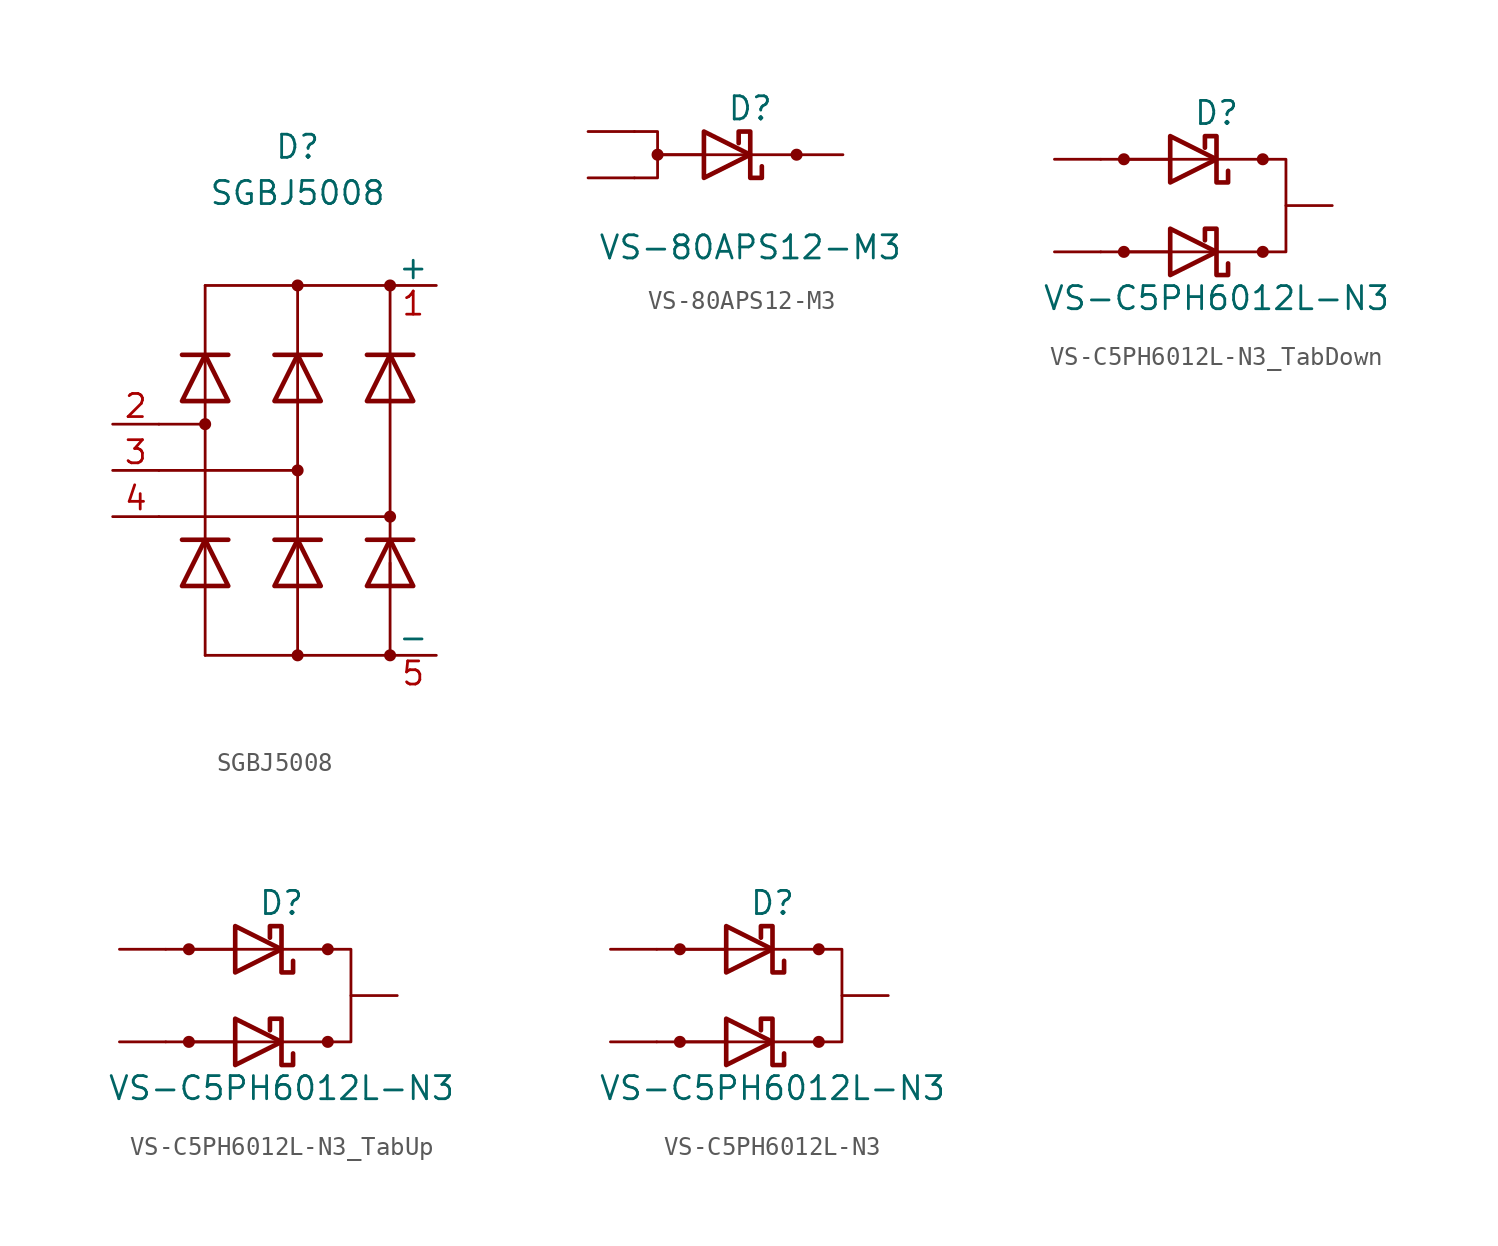
<source format=kicad_sym>
(kicad_symbol_lib
  (version 20220914)
  (generator kicad_symbol_editor)
  (symbol "SGBJ5008"
    (pin_names
      (offset 0))
    (property "Reference" "D"
      (at 0 17.78 0)
      (effects (font (size 1.27 1.27))))
    (property "Value" "SGBJ5008"
      (at 0 15.24 0)
      (effects (font (size 1.27 1.27))))
    (symbol "SGBJ5008_0_1"
      (circle (center -5.08 2.54) (radius 0.254) (stroke (width 0) (type default)) (fill (type outline)))
      (circle (center 0 -10.16) (radius 0.254) (stroke (width 0) (type default)) (fill (type outline)))
      (polyline (pts (xy -7.62 -2.54) (xy 5.08 -2.54)) (stroke (width 0) (type default)) (fill (type none)))
      (polyline (pts (xy -7.62 0) (xy 0 0)) (stroke (width 0) (type default)) (fill (type none)))
      (polyline (pts (xy -7.62 2.54) (xy -5.08 2.54)) (stroke (width 0) (type default)) (fill (type none)))
      (polyline (pts (xy -5.08 -10.16) (xy 5.08 -10.16)) (stroke (width 0) (type default)) (fill (type none)))
      (polyline (pts (xy -5.08 -6.35) (xy -5.08 -10.16)) (stroke (width 0) (type default)) (fill (type none)))
      (polyline (pts (xy -5.08 3.81) (xy -5.08 -3.81)) (stroke (width 0) (type default)) (fill (type none)))
      (polyline (pts (xy -5.08 10.16) (xy -5.08 6.35)) (stroke (width 0) (type default)) (fill (type none)))
      (polyline (pts (xy -5.08 10.16) (xy 5.08 10.16)) (stroke (width 0) (type default)) (fill (type none)))
      (polyline (pts (xy 0 -6.35) (xy 0 -10.16)) (stroke (width 0) (type default)) (fill (type none)))
      (polyline (pts (xy 0 3.81) (xy 0 -3.81)) (stroke (width 0) (type default)) (fill (type none)))
      (polyline (pts (xy 0 6.35) (xy 0 10.16)) (stroke (width 0) (type default)) (fill (type none)))
      (polyline (pts (xy 5.08 -10.16) (xy 5.08 -5.08)) (stroke (width 0) (type default)) (fill (type none)))
      (polyline (pts (xy 5.08 3.81) (xy 5.08 -3.81)) (stroke (width 0) (type default)) (fill (type none)))
      (polyline (pts (xy 5.08 10.16) (xy 5.08 6.35)) (stroke (width 0) (type default)) (fill (type none)))
      (circle (center 0 0) (radius 0.254) (stroke (width 0) (type default)) (fill (type outline)))
      (circle (center 0 10.16) (radius 0.254) (stroke (width 0) (type default)) (fill (type outline)))
      (circle (center 5.08 -10.16) (radius 0.254) (stroke (width 0) (type default)) (fill (type outline)))
      (circle (center 5.08 -2.54) (radius 0.254) (stroke (width 0) (type default)) (fill (type outline)))
      (circle (center 5.08 10.16) (radius 0.254) (stroke (width 0) (type default)) (fill (type outline))))
    (symbol "SGBJ5008_1_1"
      (polyline (pts (xy -5.08 -6.35) (xy -5.08 -3.81)) (stroke (width 0) (type default)) (fill (type none)))
      (polyline (pts (xy -5.08 3.81) (xy -5.08 6.35)) (stroke (width 0) (type default)) (fill (type none)))
      (polyline (pts (xy -3.81 -3.81) (xy -6.35 -3.81)) (stroke (width 0.254) (type default)) (fill (type none)))
      (polyline (pts (xy -3.81 6.35) (xy -6.35 6.35)) (stroke (width 0.254) (type default)) (fill (type none)))
      (polyline (pts (xy 0 -6.35) (xy 0 -3.81)) (stroke (width 0) (type default)) (fill (type none)))
      (polyline (pts (xy 0 3.81) (xy 0 6.35)) (stroke (width 0) (type default)) (fill (type none)))
      (polyline (pts (xy 1.27 -3.81) (xy -1.27 -3.81)) (stroke (width 0.254) (type default)) (fill (type none)))
      (polyline (pts (xy 1.27 6.35) (xy -1.27 6.35)) (stroke (width 0.254) (type default)) (fill (type none)))
      (polyline (pts (xy 5.08 -6.35) (xy 5.08 -3.81)) (stroke (width 0) (type default)) (fill (type none)))
      (polyline (pts (xy 5.08 3.81) (xy 5.08 6.35)) (stroke (width 0) (type default)) (fill (type none)))
      (polyline (pts (xy 6.35 -3.81) (xy 3.81 -3.81)) (stroke (width 0.254) (type default)) (fill (type none)))
      (polyline (pts (xy 6.35 6.35) (xy 3.81 6.35)) (stroke (width 0.254) (type default)) (fill (type none)))
      (polyline (pts (xy -3.81 -6.35) (xy -6.35 -6.35) (xy -5.08 -3.81) (xy -3.81 -6.35)) (stroke (width 0.254) (type default)) (fill (type none)))
      (polyline (pts (xy -3.81 3.81) (xy -6.35 3.81) (xy -5.08 6.35) (xy -3.81 3.81)) (stroke (width 0.254) (type default)) (fill (type none)))
      (polyline (pts (xy 1.27 -6.35) (xy -1.27 -6.35) (xy 0 -3.81) (xy 1.27 -6.35)) (stroke (width 0.254) (type default)) (fill (type none)))
      (polyline (pts (xy 1.27 3.81) (xy -1.27 3.81) (xy 0 6.35) (xy 1.27 3.81)) (stroke (width 0.254) (type default)) (fill (type none)))
      (polyline (pts (xy 6.35 -6.35) (xy 3.81 -6.35) (xy 5.08 -3.81) (xy 6.35 -6.35)) (stroke (width 0.254) (type default)) (fill (type none)))
      (polyline (pts (xy 6.35 3.81) (xy 3.81 3.81) (xy 5.08 6.35) (xy 6.35 3.81)) (stroke (width 0.254) (type default)) (fill (type none)))
      (pin passive line (at 7.62 10.16 180) (length 2.54) (name "+" (effects (font (size 1.27 1.27)))) (number "1" (effects (font (size 1.27 1.27)))))
      (pin passive line (at -10.16 2.54 0) (length 2.54) (name "~" (effects (font (size 1.27 1.27)))) (number "2" (effects (font (size 1.27 1.27)))))
      (pin passive line (at -10.16 0 0) (length 2.54) (name "~" (effects (font (size 1.27 1.27)))) (number "3" (effects (font (size 1.27 1.27)))))
      (pin passive line (at -10.16 -2.54 0) (length 2.54) (name "~" (effects (font (size 1.27 1.27)))) (number "4" (effects (font (size 1.27 1.27)))))
      (pin passive line (at 7.62 -10.16 180) (length 2.54) (name "-" (effects (font (size 1.27 1.27)))) (number "5" (effects (font (size 1.27 1.27)))))))
  (symbol "VS-80APS12-M3"
    (pin_numbers hide)
    (pin_names
      (offset 1.016) hide)
    (property "Reference" "D"
      (at 0 2.54 0)
      (effects (font (size 1.27 1.27))))
    (property "Value" "VS-80APS12-M3"
      (at 0 -5.08 0)
      (effects (font (size 1.27 1.27))))
    (symbol "VS-80APS12-M3_0_1"
      (circle (center -5.08 0) (radius 0.254) (stroke (width 0) (type default)) (fill (type outline)))
      (polyline (pts (xy -5.08 0) (xy -2.54 0)) (stroke (width 0) (type default)) (fill (type none)))
      (polyline (pts (xy -5.08 0) (xy -2.54 0)) (stroke (width 0) (type default)) (fill (type none)))
      (polyline (pts (xy -2.54 0) (xy 0 0)) (stroke (width 0) (type default)) (fill (type none)))
      (polyline (pts (xy -6.35 1.27) (xy -5.08 1.27) (xy -5.08 -1.27) (xy -6.35 -1.27)) (stroke (width 0) (type default)) (fill (type none)))
      (polyline (pts (xy -2.54 -1.27) (xy -2.54 1.27) (xy 0 0) (xy -2.54 -1.27)) (stroke (width 0.254) (type default)) (fill (type none)))
      (polyline (pts (xy 0 0) (xy 2.54 0) (xy 2.54 0) (xy 2.54 0)) (stroke (width 0) (type default)) (fill (type none)))
      (polyline (pts (xy 0.635 -0.635) (xy 0.635 -1.27) (xy 0 -1.27) (xy 0 1.27) (xy -0.635 1.27) (xy -0.635 0.635)) (stroke (width 0.254) (type default)) (fill (type none)))
      (circle (center 2.54 0) (radius 0.254) (stroke (width 0) (type default)) (fill (type outline))))
    (symbol "VS-80APS12-M3_1_1"
      (pin passive line (at -8.89 1.27 0) (length 2.54) (name "A1" (effects (font (size 1.27 1.27)))) (number "1" (effects (font (size 1.27 1.27)))))
      (pin passive line (at 5.08 0 180) (length 2.54) (name "K" (effects (font (size 1.27 1.27)))) (number "2" (effects (font (size 1.27 1.27)))))
      (pin passive line (at -8.89 -1.27 0) (length 2.54) (name "A2" (effects (font (size 1.27 1.27)))) (number "3" (effects (font (size 1.27 1.27)))))))
  (symbol "VS-C5PH6012L-N3_TabDown"
    (pin_numbers hide)
    (pin_names
      (offset 1.016) hide)
    (property "Reference" "D"
      (at 0 5.08 0)
      (effects (font (size 1.27 1.27))))
    (property "Value" "VS-C5PH6012L-N3"
      (at 0 -5.08 0)
      (effects (font (size 1.27 1.27))))
    (symbol "VS-C5PH6012L-N3_TabDown_0_1"
      (circle (center -5.08 -2.54) (radius 0.254) (stroke (width 0) (type default)) (fill (type outline)))
      (circle (center -5.08 2.54) (radius 0.254) (stroke (width 0) (type default)) (fill (type outline)))
      (polyline (pts (xy -6.35 -2.54) (xy -5.08 -2.54)) (stroke (width 0) (type default)) (fill (type none)))
      (polyline (pts (xy -6.35 2.54) (xy -5.08 2.54)) (stroke (width 0) (type default)) (fill (type none)))
      (polyline (pts (xy -5.08 -2.54) (xy -2.54 -2.54)) (stroke (width 0) (type default)) (fill (type none)))
      (polyline (pts (xy -5.08 -2.54) (xy -2.54 -2.54)) (stroke (width 0) (type default)) (fill (type none)))
      (polyline (pts (xy -5.08 2.54) (xy -2.54 2.54)) (stroke (width 0) (type default)) (fill (type none)))
      (polyline (pts (xy -5.08 2.54) (xy -2.54 2.54)) (stroke (width 0) (type default)) (fill (type none)))
      (polyline (pts (xy -2.54 -2.54) (xy 0 -2.54)) (stroke (width 0) (type default)) (fill (type none)))
      (polyline (pts (xy -2.54 2.54) (xy 0 2.54)) (stroke (width 0) (type default)) (fill (type none)))
      (polyline (pts (xy -2.54 -3.81) (xy -2.54 -1.27) (xy 0 -2.54) (xy -2.54 -3.81)) (stroke (width 0.254) (type default)) (fill (type none)))
      (polyline (pts (xy -2.54 1.27) (xy -2.54 3.81) (xy 0 2.54) (xy -2.54 1.27)) (stroke (width 0.254) (type default)) (fill (type none)))
      (polyline (pts (xy 0 -2.54) (xy 2.54 -2.54) (xy 2.54 -2.54) (xy 2.54 -2.54)) (stroke (width 0) (type default)) (fill (type none)))
      (polyline (pts (xy 0 2.54) (xy 2.54 2.54) (xy 2.54 2.54) (xy 2.54 2.54)) (stroke (width 0) (type default)) (fill (type none)))
      (polyline (pts (xy 2.54 2.54) (xy 3.81 2.54) (xy 3.81 -2.54) (xy 2.54 -2.54)) (stroke (width 0) (type default)) (fill (type none)))
      (polyline (pts (xy 0.635 -3.175) (xy 0.635 -3.81) (xy 0 -3.81) (xy 0 -1.27) (xy -0.635 -1.27) (xy -0.635 -1.905)) (stroke (width 0.254) (type default)) (fill (type none)))
      (polyline (pts (xy 0.635 1.905) (xy 0.635 1.27) (xy 0 1.27) (xy 0 3.81) (xy -0.635 3.81) (xy -0.635 3.175)) (stroke (width 0.254) (type default)) (fill (type none)))
      (circle (center 2.54 -2.54) (radius 0.254) (stroke (width 0) (type default)) (fill (type outline)))
      (circle (center 2.54 2.54) (radius 0.254) (stroke (width 0) (type default)) (fill (type outline))))
    (symbol "VS-C5PH6012L-N3_TabDown_1_1"
      (pin passive line (at -8.89 2.54 0) (length 2.54) (name "A1" (effects (font (size 1.27 1.27)))) (number "1" (effects (font (size 1.27 1.27)))))
      (pin passive line (at 6.35 0 180) (length 2.54) (name "K" (effects (font (size 1.27 1.27)))) (number "2" (effects (font (size 1.27 1.27)))))
      (pin passive line (at -8.89 -2.54 0) (length 2.54) (name "A2" (effects (font (size 1.27 1.27)))) (number "3" (effects (font (size 1.27 1.27)))))))
  (symbol "VS-C5PH6012L-N3_TabUp"
    (pin_numbers hide)
    (pin_names
      (offset 1.016) hide)
    (property "Reference" "D"
      (at 0 5.08 0)
      (effects (font (size 1.27 1.27))))
    (property "Value" "VS-C5PH6012L-N3"
      (at 0 -5.08 0)
      (effects (font (size 1.27 1.27))))
    (symbol "VS-C5PH6012L-N3_TabUp_0_1"
      (circle (center -5.08 -2.54) (radius 0.254) (stroke (width 0) (type default)) (fill (type outline)))
      (circle (center -5.08 2.54) (radius 0.254) (stroke (width 0) (type default)) (fill (type outline)))
      (polyline (pts (xy -6.35 -2.54) (xy -5.08 -2.54)) (stroke (width 0) (type default)) (fill (type none)))
      (polyline (pts (xy -6.35 2.54) (xy -5.08 2.54)) (stroke (width 0) (type default)) (fill (type none)))
      (polyline (pts (xy -5.08 -2.54) (xy -2.54 -2.54)) (stroke (width 0) (type default)) (fill (type none)))
      (polyline (pts (xy -5.08 -2.54) (xy -2.54 -2.54)) (stroke (width 0) (type default)) (fill (type none)))
      (polyline (pts (xy -5.08 2.54) (xy -2.54 2.54)) (stroke (width 0) (type default)) (fill (type none)))
      (polyline (pts (xy -5.08 2.54) (xy -2.54 2.54)) (stroke (width 0) (type default)) (fill (type none)))
      (polyline (pts (xy -2.54 -2.54) (xy 0 -2.54)) (stroke (width 0) (type default)) (fill (type none)))
      (polyline (pts (xy -2.54 2.54) (xy 0 2.54)) (stroke (width 0) (type default)) (fill (type none)))
      (polyline (pts (xy -2.54 -3.81) (xy -2.54 -1.27) (xy 0 -2.54) (xy -2.54 -3.81)) (stroke (width 0.254) (type default)) (fill (type none)))
      (polyline (pts (xy -2.54 1.27) (xy -2.54 3.81) (xy 0 2.54) (xy -2.54 1.27)) (stroke (width 0.254) (type default)) (fill (type none)))
      (polyline (pts (xy 0 -2.54) (xy 2.54 -2.54) (xy 2.54 -2.54) (xy 2.54 -2.54)) (stroke (width 0) (type default)) (fill (type none)))
      (polyline (pts (xy 0 2.54) (xy 2.54 2.54) (xy 2.54 2.54) (xy 2.54 2.54)) (stroke (width 0) (type default)) (fill (type none)))
      (polyline (pts (xy 2.54 2.54) (xy 3.81 2.54) (xy 3.81 -2.54) (xy 2.54 -2.54)) (stroke (width 0) (type default)) (fill (type none)))
      (polyline (pts (xy 0.635 -3.175) (xy 0.635 -3.81) (xy 0 -3.81) (xy 0 -1.27) (xy -0.635 -1.27) (xy -0.635 -1.905)) (stroke (width 0.254) (type default)) (fill (type none)))
      (polyline (pts (xy 0.635 1.905) (xy 0.635 1.27) (xy 0 1.27) (xy 0 3.81) (xy -0.635 3.81) (xy -0.635 3.175)) (stroke (width 0.254) (type default)) (fill (type none)))
      (circle (center 2.54 -2.54) (radius 0.254) (stroke (width 0) (type default)) (fill (type outline)))
      (circle (center 2.54 2.54) (radius 0.254) (stroke (width 0) (type default)) (fill (type outline))))
    (symbol "VS-C5PH6012L-N3_TabUp_1_1"
      (pin passive line (at -8.89 2.54 0) (length 2.54) (name "A1" (effects (font (size 1.27 1.27)))) (number "1" (effects (font (size 1.27 1.27)))))
      (pin passive line (at 6.35 0 180) (length 2.54) (name "K" (effects (font (size 1.27 1.27)))) (number "2" (effects (font (size 1.27 1.27)))))
      (pin passive line (at -8.89 -2.54 0) (length 2.54) (name "A2" (effects (font (size 1.27 1.27)))) (number "3" (effects (font (size 1.27 1.27)))))))
  (symbol "VS-C5PH6012L-N3"
    (pin_numbers hide)
    (pin_names
      (offset 1.016) hide)
    (property "Reference" "D"
      (at 0 5.08 0)
      (effects (font (size 1.27 1.27))))
    (property "Value" "VS-C5PH6012L-N3"
      (at 0 -5.08 0)
      (effects (font (size 1.27 1.27))))
    (symbol "VS-C5PH6012L-N3_0_1"
      (circle (center -5.08 -2.54) (radius 0.254) (stroke (width 0) (type default)) (fill (type outline)))
      (circle (center -5.08 2.54) (radius 0.254) (stroke (width 0) (type default)) (fill (type outline)))
      (polyline (pts (xy -6.35 -2.54) (xy -5.08 -2.54)) (stroke (width 0) (type default)) (fill (type none)))
      (polyline (pts (xy -6.35 2.54) (xy -5.08 2.54)) (stroke (width 0) (type default)) (fill (type none)))
      (polyline (pts (xy -5.08 -2.54) (xy -2.54 -2.54)) (stroke (width 0) (type default)) (fill (type none)))
      (polyline (pts (xy -5.08 -2.54) (xy -2.54 -2.54)) (stroke (width 0) (type default)) (fill (type none)))
      (polyline (pts (xy -5.08 2.54) (xy -2.54 2.54)) (stroke (width 0) (type default)) (fill (type none)))
      (polyline (pts (xy -5.08 2.54) (xy -2.54 2.54)) (stroke (width 0) (type default)) (fill (type none)))
      (polyline (pts (xy -2.54 -2.54) (xy 0 -2.54)) (stroke (width 0) (type default)) (fill (type none)))
      (polyline (pts (xy -2.54 2.54) (xy 0 2.54)) (stroke (width 0) (type default)) (fill (type none)))
      (polyline (pts (xy -2.54 -3.81) (xy -2.54 -1.27) (xy 0 -2.54) (xy -2.54 -3.81)) (stroke (width 0.254) (type default)) (fill (type none)))
      (polyline (pts (xy -2.54 1.27) (xy -2.54 3.81) (xy 0 2.54) (xy -2.54 1.27)) (stroke (width 0.254) (type default)) (fill (type none)))
      (polyline (pts (xy 0 -2.54) (xy 2.54 -2.54) (xy 2.54 -2.54) (xy 2.54 -2.54)) (stroke (width 0) (type default)) (fill (type none)))
      (polyline (pts (xy 0 2.54) (xy 2.54 2.54) (xy 2.54 2.54) (xy 2.54 2.54)) (stroke (width 0) (type default)) (fill (type none)))
      (polyline (pts (xy 2.54 2.54) (xy 3.81 2.54) (xy 3.81 -2.54) (xy 2.54 -2.54)) (stroke (width 0) (type default)) (fill (type none)))
      (polyline (pts (xy 0.635 -3.175) (xy 0.635 -3.81) (xy 0 -3.81) (xy 0 -1.27) (xy -0.635 -1.27) (xy -0.635 -1.905)) (stroke (width 0.254) (type default)) (fill (type none)))
      (polyline (pts (xy 0.635 1.905) (xy 0.635 1.27) (xy 0 1.27) (xy 0 3.81) (xy -0.635 3.81) (xy -0.635 3.175)) (stroke (width 0.254) (type default)) (fill (type none)))
      (circle (center 2.54 -2.54) (radius 0.254) (stroke (width 0) (type default)) (fill (type outline)))
      (circle (center 2.54 2.54) (radius 0.254) (stroke (width 0) (type default)) (fill (type outline))))
    (symbol "VS-C5PH6012L-N3_1_1"
      (pin passive line (at -8.89 2.54 0) (length 2.54) (name "A1" (effects (font (size 1.27 1.27)))) (number "1" (effects (font (size 1.27 1.27)))))
      (pin passive line (at 6.35 0 180) (length 2.54) (name "K" (effects (font (size 1.27 1.27)))) (number "2" (effects (font (size 1.27 1.27)))))
      (pin passive line (at -8.89 -2.54 0) (length 2.54) (name "A2" (effects (font (size 1.27 1.27)))) (number "3" (effects (font (size 1.27 1.27))))))))
</source>
